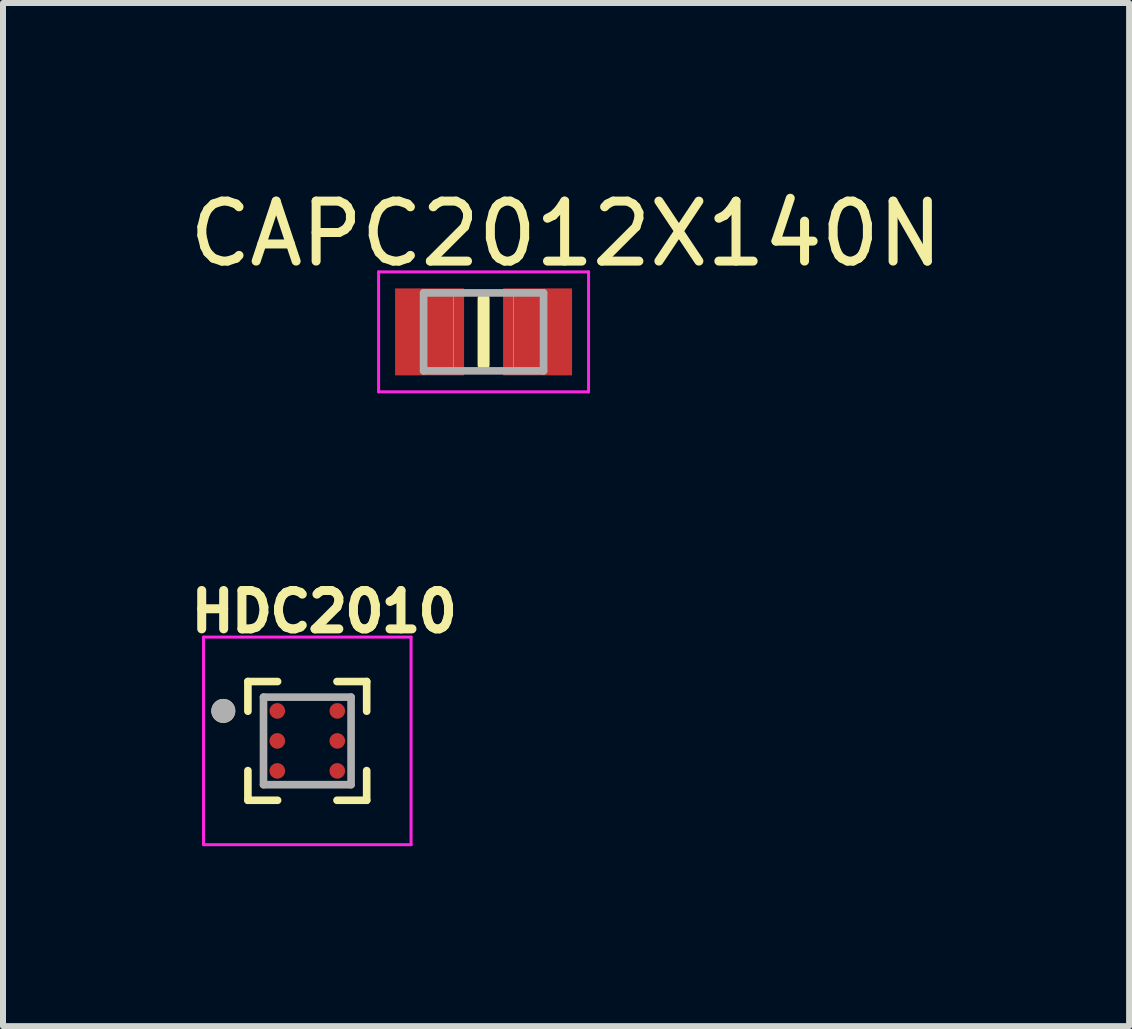
<source format=kicad_pcb>
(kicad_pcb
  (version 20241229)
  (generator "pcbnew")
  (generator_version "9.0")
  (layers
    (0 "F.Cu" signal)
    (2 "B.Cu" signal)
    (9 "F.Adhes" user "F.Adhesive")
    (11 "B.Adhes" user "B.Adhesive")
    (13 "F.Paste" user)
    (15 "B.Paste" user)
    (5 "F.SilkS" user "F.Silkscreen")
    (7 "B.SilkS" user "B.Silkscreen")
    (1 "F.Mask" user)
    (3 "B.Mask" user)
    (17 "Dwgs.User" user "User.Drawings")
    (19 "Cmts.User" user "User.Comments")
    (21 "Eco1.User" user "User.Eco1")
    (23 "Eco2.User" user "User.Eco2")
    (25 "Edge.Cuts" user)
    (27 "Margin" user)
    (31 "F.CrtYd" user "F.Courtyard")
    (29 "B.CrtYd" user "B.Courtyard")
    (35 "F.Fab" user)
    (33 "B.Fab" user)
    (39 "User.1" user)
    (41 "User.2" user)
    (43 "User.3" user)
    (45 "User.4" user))
  (footprint "HDC2010"
    (layer "F.Cu")
    (at 2.073 9.302)
    (property "Reference" "HDC2010" (at 0.282 -2.156 0) (layer "F.SilkS") (effects (font (size 0.64 0.64) (thickness 0.15))))
    (attr smd)
    (fp_line (start -0.99 -0.99) (end -0.495 -0.99) (stroke (width 0.127) (type solid)) (layer "F.SilkS"))
    (fp_line (start -0.99 -0.495) (end -0.99 -0.99) (stroke (width 0.127) (type solid)) (layer "F.SilkS"))
    (fp_line (start -0.99 0.99) (end -0.99 0.495) (stroke (width 0.127) (type solid)) (layer "F.SilkS"))
    (fp_line (start -0.495 0.99) (end -0.99 0.99) (stroke (width 0.127) (type solid)) (layer "F.SilkS"))
    (fp_line (start 0.495 -0.99) (end 0.99 -0.99) (stroke (width 0.127) (type solid)) (layer "F.SilkS"))
    (fp_line (start 0.99 -0.99) (end 0.99 -0.495) (stroke (width 0.127) (type solid)) (layer "F.SilkS"))
    (fp_line (start 0.99 0.495) (end 0.99 0.99) (stroke (width 0.127) (type solid)) (layer "F.SilkS"))
    (fp_line (start 0.99 0.99) (end 0.495 0.99) (stroke (width 0.127) (type solid)) (layer "F.SilkS"))
    (fp_circle (center -1.4 -0.5) (end -1.3 -0.5) (stroke (width 0.2) (type solid)) (fill no) (layer "F.SilkS"))
    (fp_line (start -1.73 -1.73) (end 1.73 -1.73) (stroke (width 0.05) (type solid)) (layer "F.CrtYd"))
    (fp_line (start -1.73 1.73) (end -1.73 -1.73) (stroke (width 0.05) (type solid)) (layer "F.CrtYd"))
    (fp_line (start 1.73 -1.73) (end 1.73 1.73) (stroke (width 0.05) (type solid)) (layer "F.CrtYd"))
    (fp_line (start 1.73 1.73) (end -1.73 1.73) (stroke (width 0.05) (type solid)) (layer "F.CrtYd"))
    (fp_line (start -0.73 -0.73) (end 0.73 -0.73) (stroke (width 0.127) (type solid)) (layer "F.Fab"))
    (fp_line (start -0.73 0.73) (end -0.73 -0.73) (stroke (width 0.127) (type solid)) (layer "F.Fab"))
    (fp_line (start 0.73 -0.73) (end 0.73 0.73) (stroke (width 0.127) (type solid)) (layer "F.Fab"))
    (fp_line (start 0.73 0.73) (end -0.73 0.73) (stroke (width 0.127) (type solid)) (layer "F.Fab"))
    (fp_circle (center -1.4 -0.5) (end -1.3 -0.5) (stroke (width 0.2) (type solid)) (fill no) (layer "F.Fab"))
    (fp_circle (center -0.89 -0.72) (end -0.889 -0.72) (stroke (width 0.1) (type solid)) (fill no) (layer "User.9"))
    (fp_circle (center -0.72 -0.72) (end -0.719 -0.72) (stroke (width 0.1) (type solid)) (fill no) (layer "User.9"))
    (fp_circle (center -0.72 0.72) (end -0.719 0.72) (stroke (width 0.1) (type solid)) (fill no) (layer "User.9"))
    (fp_circle (center 0.72 -0.72) (end 0.721 -0.72) (stroke (width 0.1) (type solid)) (fill no) (layer "User.9"))
    (fp_circle (center 0.72 0.72) (end 0.721 0.72) (stroke (width 0.1) (type solid)) (fill no) (layer "User.9"))
    (pad "A1" smd circle (at -0.5 -0.5) (size 0.26 0.26) (layers "F.Cu" "F.Mask" "F.Paste"))
    (pad "A2" smd circle (at 0.5 -0.5) (size 0.26 0.26) (layers "F.Cu" "F.Mask" "F.Paste"))
    (pad "B1" smd circle (at -0.5 0) (size 0.26 0.26) (layers "F.Cu" "F.Mask" "F.Paste"))
    (pad "B2" smd circle (at 0.5 0) (size 0.26 0.26) (layers "F.Cu" "F.Mask" "F.Paste"))
    (pad "C1" smd circle (at -0.5 0.5) (size 0.26 0.26) (layers "F.Cu" "F.Mask" "F.Paste"))
    (pad "C2" smd circle (at 0.5 0.5) (size 0.26 0.26) (layers "F.Cu" "F.Mask" "F.Paste")))
  (footprint "CAPC2012X140N"
    (layer "F.Cu")
    (at 5.012 2.483)
    (property "Reference" "CAPC2012X140N" (at 1.375 -1.635 0) (layer "F.SilkS") (effects (font (size 1 1) (thickness 0.15))))
    (attr smd)
    (fp_line (start 0 -0.55) (end 0 0.55) (stroke (width 0.2) (type solid)) (layer "F.SilkS"))
    (fp_line (start -1.75 -1) (end 1.75 -1) (stroke (width 0.05) (type solid)) (layer "F.CrtYd"))
    (fp_line (start -1.75 1) (end -1.75 -1) (stroke (width 0.05) (type solid)) (layer "F.CrtYd"))
    (fp_line (start 1.75 -1) (end 1.75 1) (stroke (width 0.05) (type solid)) (layer "F.CrtYd"))
    (fp_line (start 1.75 1) (end -1.75 1) (stroke (width 0.05) (type solid)) (layer "F.CrtYd"))
    (fp_line (start -1 -0.65) (end 1 -0.65) (stroke (width 0.127) (type solid)) (layer "F.Fab"))
    (fp_line (start -1 0.65) (end -1 -0.65) (stroke (width 0.127) (type solid)) (layer "F.Fab"))
    (fp_line (start 1 -0.65) (end 1 0.65) (stroke (width 0.127) (type solid)) (layer "F.Fab"))
    (fp_line (start 1 0.65) (end -1 0.65) (stroke (width 0.127) (type solid)) (layer "F.Fab"))
    (fp_poly (pts (xy -1 -0.65) (xy -0.5 -0.65) (xy -0.5 0.65) (xy -1 0.65)) (stroke (width 0.01) (type solid)) (fill no) (layer "F.Fab"))
    (fp_poly (pts (xy 0.5 -0.65) (xy 1 -0.65) (xy 1 0.65) (xy 0.5 0.65)) (stroke (width 0.01) (type solid)) (fill no) (layer "F.Fab"))
    (pad "1" smd rect (at -0.9 0) (size 1.15 1.45) (layers "F.Cu" "F.Mask" "F.Paste"))
    (pad "2" smd rect (at 0.9 0) (size 1.15 1.45) (layers "F.Cu" "F.Mask" "F.Paste")))
  (gr_rect
    (start -3 -3)
    (end 15.774 14.057)
    (stroke (width 0.1) (type default))
    (fill no)
    (layer "Edge.Cuts")))
</source>
